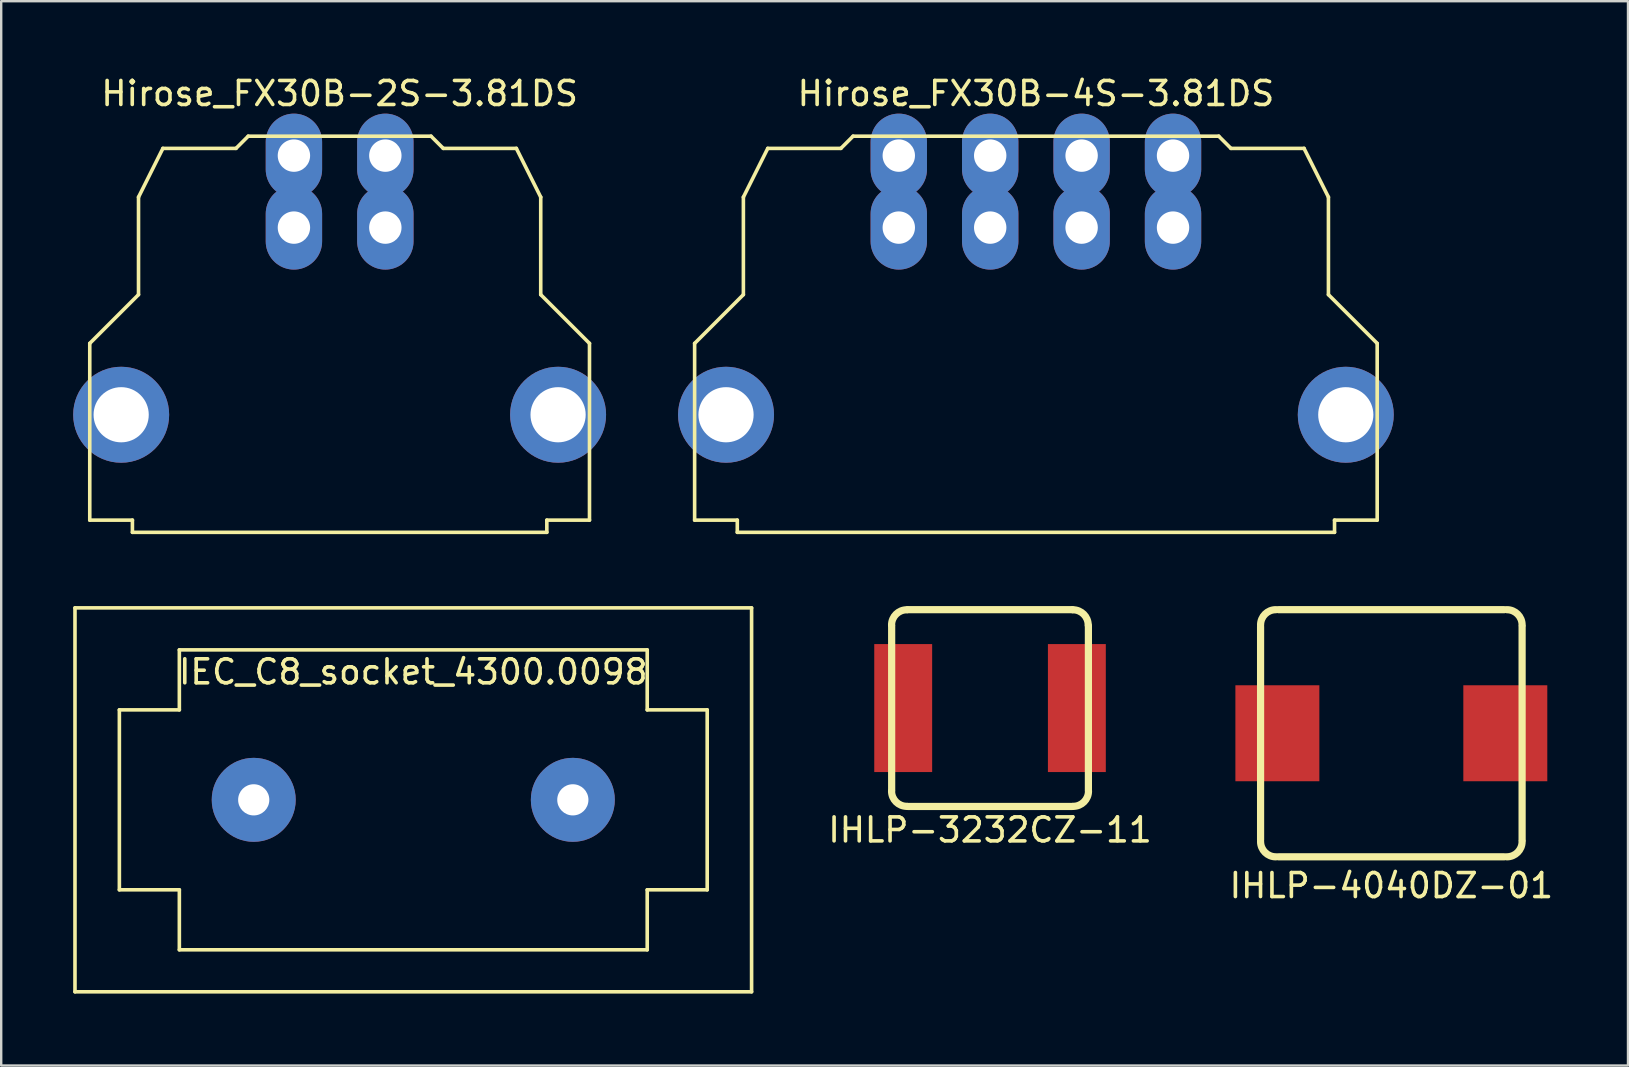
<source format=kicad_pcb>
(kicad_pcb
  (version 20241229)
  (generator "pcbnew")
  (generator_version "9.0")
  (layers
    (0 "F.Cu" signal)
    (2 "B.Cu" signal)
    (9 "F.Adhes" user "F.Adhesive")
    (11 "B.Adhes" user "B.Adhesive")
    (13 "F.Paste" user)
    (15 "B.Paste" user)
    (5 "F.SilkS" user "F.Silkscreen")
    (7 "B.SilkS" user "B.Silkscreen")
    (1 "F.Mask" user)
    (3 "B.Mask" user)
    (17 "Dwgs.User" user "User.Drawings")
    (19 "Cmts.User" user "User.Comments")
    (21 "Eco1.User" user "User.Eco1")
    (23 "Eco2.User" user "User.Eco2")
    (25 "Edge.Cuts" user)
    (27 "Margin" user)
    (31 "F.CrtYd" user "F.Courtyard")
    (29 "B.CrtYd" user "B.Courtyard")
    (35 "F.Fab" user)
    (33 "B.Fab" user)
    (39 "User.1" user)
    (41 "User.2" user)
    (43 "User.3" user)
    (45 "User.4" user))
  (footprint "Hirose_FX30B-4S-3.81DS"
    (layer "F.Cu")
    (at 40.125 6.436)
    (property "Reference" "Hirose_FX30B-4S-3.81DS" (at 0 -5.588 0) (layer "F.SilkS") (effects (font (size 1 1) (thickness 0.15))))
    (attr through_hole)
    (fp_line (start -14.224 4.826) (end -14.224 12.192) (stroke (width 0.15) (type solid)) (layer "F.SilkS"))
    (fp_line (start -14.224 12.192) (end -12.446 12.192) (stroke (width 0.15) (type solid)) (layer "F.SilkS"))
    (fp_line (start -12.446 12.192) (end -12.446 12.7) (stroke (width 0.15) (type solid)) (layer "F.SilkS"))
    (fp_line (start -12.446 12.7) (end 12.446 12.7) (stroke (width 0.15) (type solid)) (layer "F.SilkS"))
    (fp_line (start -12.192 -1.27) (end -12.192 2.794) (stroke (width 0.15) (type solid)) (layer "F.SilkS"))
    (fp_line (start -12.192 -1.27) (end -11.176 -3.302) (stroke (width 0.15) (type solid)) (layer "F.SilkS"))
    (fp_line (start -12.192 2.794) (end -14.224 4.826) (stroke (width 0.15) (type solid)) (layer "F.SilkS"))
    (fp_line (start -8.128 -3.302) (end -11.176 -3.302) (stroke (width 0.15) (type solid)) (layer "F.SilkS"))
    (fp_line (start -7.62 -3.81) (end -8.128 -3.302) (stroke (width 0.15) (type solid)) (layer "F.SilkS"))
    (fp_line (start -7.62 -3.81) (end 7.62 -3.81) (stroke (width 0.15) (type solid)) (layer "F.SilkS"))
    (fp_line (start 7.62 -3.81) (end 8.128 -3.302) (stroke (width 0.15) (type solid)) (layer "F.SilkS"))
    (fp_line (start 11.176 -3.302) (end 8.128 -3.302) (stroke (width 0.15) (type solid)) (layer "F.SilkS"))
    (fp_line (start 11.176 -3.302) (end 12.192 -1.27) (stroke (width 0.15) (type solid)) (layer "F.SilkS"))
    (fp_line (start 12.192 -1.27) (end 12.192 2.794) (stroke (width 0.15) (type solid)) (layer "F.SilkS"))
    (fp_line (start 12.192 2.794) (end 14.224 4.826) (stroke (width 0.15) (type solid)) (layer "F.SilkS"))
    (fp_line (start 12.446 12.192) (end 14.224 12.192) (stroke (width 0.15) (type solid)) (layer "F.SilkS"))
    (fp_line (start 12.446 12.7) (end 12.446 12.192) (stroke (width 0.15) (type solid)) (layer "F.SilkS"))
    (fp_line (start 14.224 4.826) (end 14.224 12.192) (stroke (width 0.15) (type solid)) (layer "F.SilkS"))
    (pad "1" thru_hole oval (at -5.715 -3) (size 2.35 3.5) (drill 1.35) (layers "*.Cu" "*.Mask"))
    (pad "1" thru_hole oval (at -5.715 0) (size 2.35 3.5) (drill 1.35) (layers "*.Cu" "*.Mask"))
    (pad "2" thru_hole oval (at -1.905 -3) (size 2.35 3.5) (drill 1.35) (layers "*.Cu" "*.Mask"))
    (pad "2" thru_hole oval (at -1.905 0) (size 2.35 3.5) (drill 1.35) (layers "*.Cu" "*.Mask"))
    (pad "3" thru_hole oval (at 1.905 -3) (size 2.35 3.5) (drill 1.35) (layers "*.Cu" "*.Mask"))
    (pad "3" thru_hole oval (at 1.905 0) (size 2.35 3.5) (drill 1.35) (layers "*.Cu" "*.Mask"))
    (pad "4" thru_hole oval (at 5.715 -3) (size 2.35 3.5) (drill 1.35) (layers "*.Cu" "*.Mask"))
    (pad "4" thru_hole oval (at 5.715 0) (size 2.35 3.5) (drill 1.35) (layers "*.Cu" "*.Mask"))
    (pad "M1" thru_hole circle (at -12.915 7.8) (size 4 4) (drill 2.3) (layers "*.Cu" "*.Mask"))
    (pad "M2" thru_hole circle (at 12.915 7.8) (size 4 4) (drill 2.3) (layers "*.Cu" "*.Mask")))
  (footprint "IHLP-3232CZ-11"
    (layer "F.Cu")
    (at 38.213 26.461)
    (property "Reference" "IHLP-3232CZ-11" (at 0 5.08 0) (layer "F.SilkS") (effects (font (size 1 1) (thickness 0.15))))
    (attr through_hole)
    (fp_line (start -4.1 -3.43) (end -4.1 3.43) (stroke (width 0.3) (type solid)) (layer "F.SilkS"))
    (fp_line (start 3.43 -4.1) (end -3.43 -4.1) (stroke (width 0.3) (type solid)) (layer "F.SilkS"))
    (fp_line (start 3.43 4.1) (end -3.43 4.1) (stroke (width 0.3) (type solid)) (layer "F.SilkS"))
    (fp_line (start 4.1 -3.43) (end 4.1 3.43) (stroke (width 0.3) (type solid)) (layer "F.SilkS"))
    (fp_arc (start -4.1038 -3.4609) (mid -3.917813 -3.909913) (end -3.4688 -4.0959) (stroke (width 0.3) (type solid)) (layer "F.SilkS"))
    (fp_arc (start -3.4688 4.0959) (mid -3.917813 3.909913) (end -4.1038 3.4609) (stroke (width 0.3) (type solid)) (layer "F.SilkS"))
    (fp_arc (start 3.4561 -4.0959) (mid 3.905113 -3.909913) (end 4.0911 -3.4609) (stroke (width 0.3) (type solid)) (layer "F.SilkS"))
    (fp_arc (start 4.1038 3.4609) (mid 3.917813 3.909913) (end 3.4688 4.0959) (stroke (width 0.3) (type solid)) (layer "F.SilkS"))
    (pad "1" smd rect (at -3.619 0) (size 2.413 5.334) (layers "F.Cu" "F.Mask" "F.Paste"))
    (pad "2" smd rect (at 3.619 0) (size 2.413 5.334) (layers "F.Cu" "F.Mask" "F.Paste")))
  (footprint "IEC_C8_socket_4300.0098"
    (layer "F.Cu")
    (at 14.175 30.286)
    (property "Reference" "IEC_C8_socket_4300.0098" (at 0 -5.334 0) (layer "F.SilkS") (effects (font (size 1 1) (thickness 0.15))))
    (attr through_hole)
    (fp_line (start -14.1 -8) (end 14.1 -8) (stroke (width 0.15) (type solid)) (layer "F.SilkS"))
    (fp_line (start -14.1 8) (end -14.1 -8) (stroke (width 0.15) (type solid)) (layer "F.SilkS"))
    (fp_line (start -12.25 -3.75) (end -12.25 3.75) (stroke (width 0.15) (type solid)) (layer "F.SilkS"))
    (fp_line (start -12.25 -3.75) (end -9.75 -3.75) (stroke (width 0.15) (type solid)) (layer "F.SilkS"))
    (fp_line (start -12.25 3.75) (end -9.75 3.75) (stroke (width 0.15) (type solid)) (layer "F.SilkS"))
    (fp_line (start -9.75 -6.25) (end 9.75 -6.25) (stroke (width 0.15) (type solid)) (layer "F.SilkS"))
    (fp_line (start -9.75 -3.75) (end -9.75 -6.25) (stroke (width 0.15) (type solid)) (layer "F.SilkS"))
    (fp_line (start -9.75 3.75) (end -9.75 6.25) (stroke (width 0.15) (type solid)) (layer "F.SilkS"))
    (fp_line (start -9.75 6.25) (end 9.75 6.25) (stroke (width 0.15) (type solid)) (layer "F.SilkS"))
    (fp_line (start 9.75 -6.25) (end 9.75 -3.75) (stroke (width 0.15) (type solid)) (layer "F.SilkS"))
    (fp_line (start 9.75 -3.75) (end 12.25 -3.75) (stroke (width 0.15) (type solid)) (layer "F.SilkS"))
    (fp_line (start 9.75 3.75) (end 12.25 3.75) (stroke (width 0.15) (type solid)) (layer "F.SilkS"))
    (fp_line (start 9.75 6.25) (end 9.75 3.75) (stroke (width 0.15) (type solid)) (layer "F.SilkS"))
    (fp_line (start 12.25 -3.75) (end 12.25 3.75) (stroke (width 0.15) (type solid)) (layer "F.SilkS"))
    (fp_line (start 14.1 -8) (end 14.1 8) (stroke (width 0.15) (type solid)) (layer "F.SilkS"))
    (fp_line (start 14.1 8) (end -14.1 8) (stroke (width 0.15) (type solid)) (layer "F.SilkS"))
    (pad "1" thru_hole circle (at 6.65 0) (size 3.5 3.5) (drill 1.3) (layers "*.Cu" "*.Mask"))
    (pad "2" thru_hole circle (at -6.65 0) (size 3.5 3.5) (drill 1.3) (layers "*.Cu" "*.Mask")))
  (footprint "Hirose_FX30B-2S-3.81DS"
    (layer "F.Cu")
    (at 11.105 6.436)
    (property "Reference" "Hirose_FX30B-2S-3.81DS" (at 0 -5.588 0) (layer "F.SilkS") (effects (font (size 1 1) (thickness 0.15))))
    (attr through_hole)
    (fp_line (start -10.414 4.826) (end -10.414 12.192) (stroke (width 0.15) (type solid)) (layer "F.SilkS"))
    (fp_line (start -10.414 12.192) (end -8.636 12.192) (stroke (width 0.15) (type solid)) (layer "F.SilkS"))
    (fp_line (start -8.636 12.192) (end -8.636 12.7) (stroke (width 0.15) (type solid)) (layer "F.SilkS"))
    (fp_line (start -8.382 -1.27) (end -8.382 2.794) (stroke (width 0.15) (type solid)) (layer "F.SilkS"))
    (fp_line (start -8.382 -1.27) (end -7.366 -3.302) (stroke (width 0.15) (type solid)) (layer "F.SilkS"))
    (fp_line (start -8.382 2.794) (end -10.414 4.826) (stroke (width 0.15) (type solid)) (layer "F.SilkS"))
    (fp_line (start -4.318 -3.302) (end -7.366 -3.302) (stroke (width 0.15) (type solid)) (layer "F.SilkS"))
    (fp_line (start -3.81 -3.81) (end -4.318 -3.302) (stroke (width 0.15) (type solid)) (layer "F.SilkS"))
    (fp_line (start -3.81 -3.81) (end 3.81 -3.81) (stroke (width 0.15) (type solid)) (layer "F.SilkS"))
    (fp_line (start 3.81 -3.81) (end 4.318 -3.302) (stroke (width 0.15) (type solid)) (layer "F.SilkS"))
    (fp_line (start 7.366 -3.302) (end 4.318 -3.302) (stroke (width 0.15) (type solid)) (layer "F.SilkS"))
    (fp_line (start 7.366 -3.302) (end 8.382 -1.27) (stroke (width 0.15) (type solid)) (layer "F.SilkS"))
    (fp_line (start 8.382 -1.27) (end 8.382 2.794) (stroke (width 0.15) (type solid)) (layer "F.SilkS"))
    (fp_line (start 8.382 2.794) (end 10.414 4.826) (stroke (width 0.15) (type solid)) (layer "F.SilkS"))
    (fp_line (start 8.636 12.192) (end 10.414 12.192) (stroke (width 0.15) (type solid)) (layer "F.SilkS"))
    (fp_line (start 8.636 12.7) (end -8.636 12.7) (stroke (width 0.15) (type solid)) (layer "F.SilkS"))
    (fp_line (start 8.636 12.7) (end 8.636 12.192) (stroke (width 0.15) (type solid)) (layer "F.SilkS"))
    (fp_line (start 10.414 4.826) (end 10.414 12.192) (stroke (width 0.15) (type solid)) (layer "F.SilkS"))
    (pad "1" thru_hole oval (at -1.905 -3) (size 2.35 3.5) (drill 1.35) (layers "*.Cu" "*.Mask"))
    (pad "1" thru_hole oval (at -1.905 0) (size 2.35 3.5) (drill 1.35) (layers "*.Cu" "*.Mask"))
    (pad "2" thru_hole oval (at 1.905 -3) (size 2.35 3.5) (drill 1.35) (layers "*.Cu" "*.Mask"))
    (pad "2" thru_hole oval (at 1.905 0) (size 2.35 3.5) (drill 1.35) (layers "*.Cu" "*.Mask"))
    (pad "M1" thru_hole circle (at -9.105 7.8) (size 4 4) (drill 2.3) (layers "*.Cu" "*.Mask"))
    (pad "M2" thru_hole circle (at 9.105 7.8) (size 4 4) (drill 2.3) (layers "*.Cu" "*.Mask")))
  (footprint "IHLP-4040DZ-01"
    (layer "F.Cu")
    (at 54.939 27.511)
    (property "Reference" "IHLP-4040DZ-01" (at 0 6.35 0) (layer "F.SilkS") (effects (font (size 1 1) (thickness 0.15))))
    (attr through_hole)
    (fp_line (start -5.45 -4.445) (end -5.45 4.445) (stroke (width 0.3) (type solid)) (layer "F.SilkS"))
    (fp_line (start 4.7 -5.15) (end -4.7 -5.15) (stroke (width 0.3) (type solid)) (layer "F.SilkS"))
    (fp_line (start 4.7 5.15) (end -4.7 5.15) (stroke (width 0.3) (type solid)) (layer "F.SilkS"))
    (fp_line (start 5.45 -4.445) (end 5.45 4.445) (stroke (width 0.3) (type solid)) (layer "F.SilkS"))
    (fp_arc (start -5.45 -4.515) (mid -5.264013 -4.964013) (end -4.815 -5.15) (stroke (width 0.3) (type solid)) (layer "F.SilkS"))
    (fp_arc (start -4.815 5.15) (mid -5.264013 4.964013) (end -5.45 4.515) (stroke (width 0.3) (type solid)) (layer "F.SilkS"))
    (fp_arc (start 4.815 -5.15) (mid 5.264013 -4.964013) (end 5.45 -4.515) (stroke (width 0.3) (type solid)) (layer "F.SilkS"))
    (fp_arc (start 5.45 4.515) (mid 5.264013 4.964013) (end 4.815 5.15) (stroke (width 0.3) (type solid)) (layer "F.SilkS"))
    (pad "1" smd rect (at -4.75 0) (size 3.5 4) (layers "F.Cu" "F.Mask" "F.Paste"))
    (pad "2" smd rect (at 4.75 0) (size 3.5 4) (layers "F.Cu" "F.Mask" "F.Paste")))
  (gr_rect
    (start -3 -3)
    (end 64.802 41.361)
    (stroke (width 0.1) (type default))
    (fill no)
    (layer "Edge.Cuts")))
</source>
